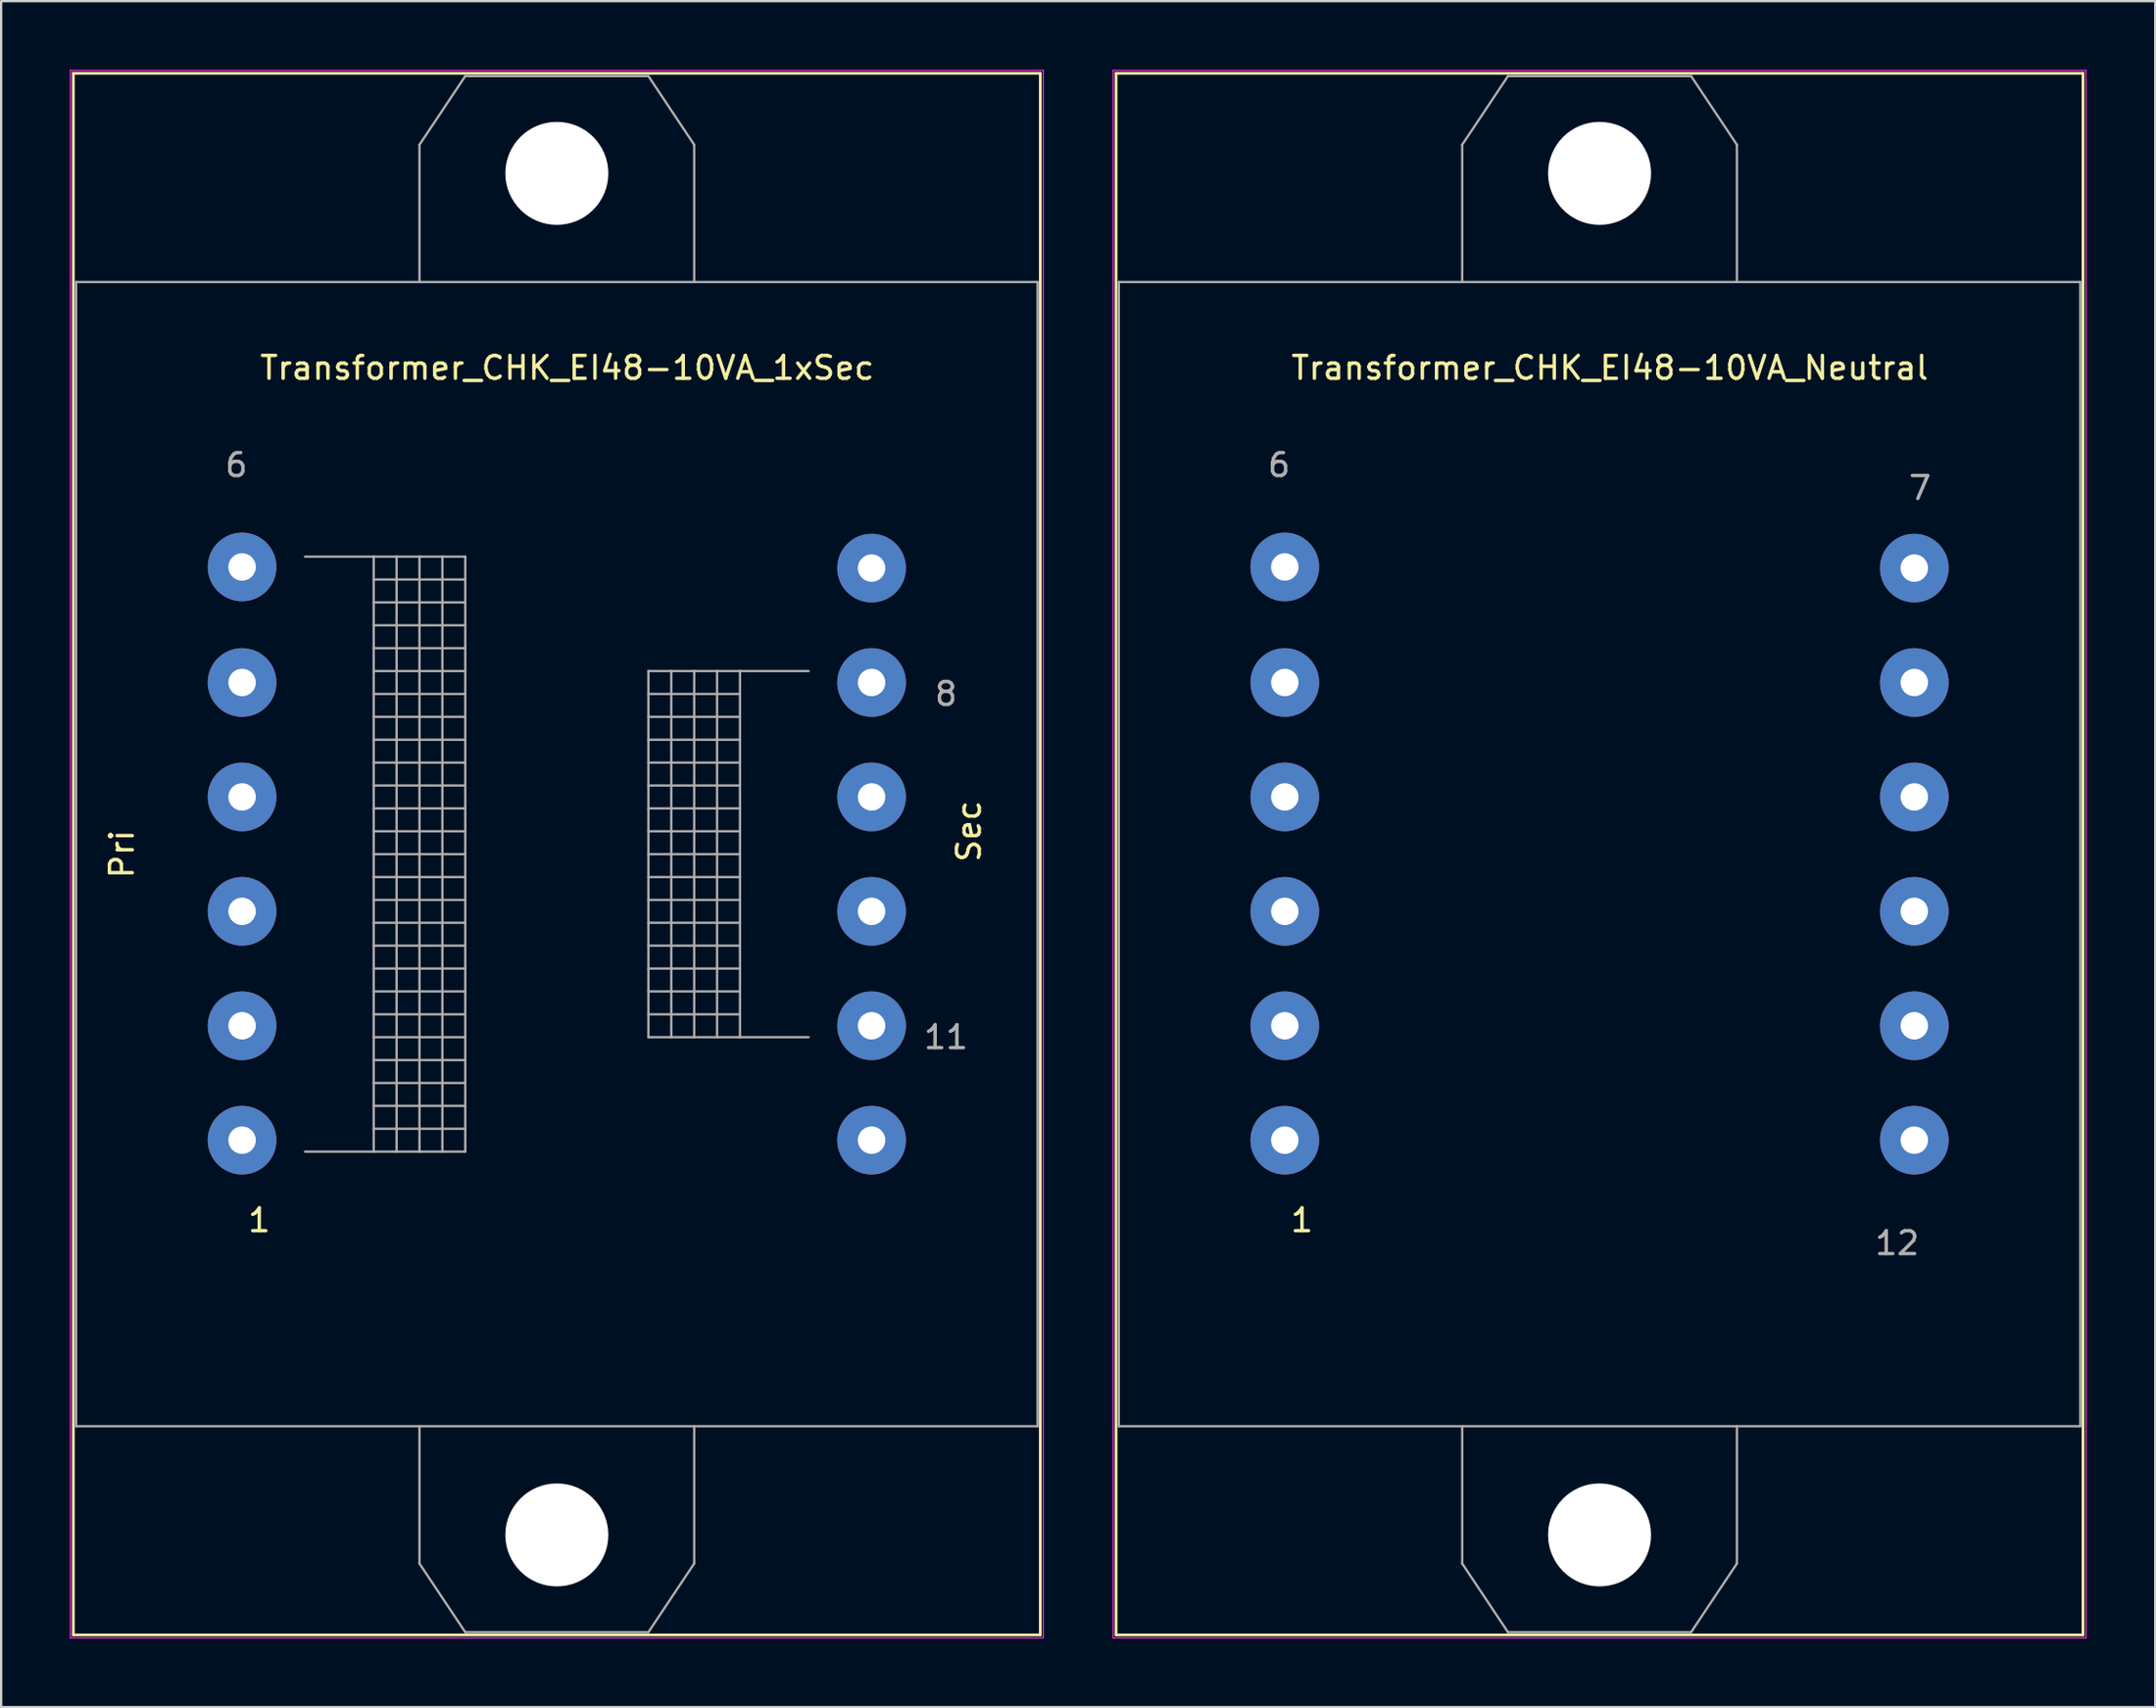
<source format=kicad_pcb>
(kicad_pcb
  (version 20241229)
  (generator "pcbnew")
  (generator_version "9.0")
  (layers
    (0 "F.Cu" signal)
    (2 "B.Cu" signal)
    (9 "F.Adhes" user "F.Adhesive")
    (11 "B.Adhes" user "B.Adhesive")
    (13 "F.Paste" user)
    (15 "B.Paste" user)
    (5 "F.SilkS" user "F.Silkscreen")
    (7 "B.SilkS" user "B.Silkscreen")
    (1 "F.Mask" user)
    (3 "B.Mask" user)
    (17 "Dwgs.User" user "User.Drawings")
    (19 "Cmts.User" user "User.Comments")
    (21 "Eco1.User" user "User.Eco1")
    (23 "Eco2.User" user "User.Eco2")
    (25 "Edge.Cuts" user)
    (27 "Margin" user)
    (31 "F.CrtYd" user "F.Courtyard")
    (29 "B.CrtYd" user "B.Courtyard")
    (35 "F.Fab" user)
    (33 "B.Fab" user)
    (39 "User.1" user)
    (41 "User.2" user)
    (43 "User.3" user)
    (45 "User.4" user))
  (footprint "Transformer_CHK_EI48-10VA_Neutral"
    (layer "F.Cu")
    (at 53.075 46.775)
    (property "Reference" "Transformer_CHK_EI48-10VA_Neutral" (at 14.2 -33.75 0) (layer "F.SilkS") (effects (font (size 1 1) (thickness 0.15))))
    (attr through_hole)
    (fp_line (start -7.37 -46.62) (end -7.37 21.62) (stroke (width 0.12) (type solid)) (layer "F.SilkS"))
    (fp_line (start -7.37 -46.62) (end 34.87 -46.62) (stroke (width 0.12) (type solid)) (layer "F.SilkS"))
    (fp_line (start 34.87 21.62) (end -7.37 21.62) (stroke (width 0.12) (type solid)) (layer "F.SilkS"))
    (fp_line (start 34.87 21.62) (end 34.87 -46.62) (stroke (width 0.12) (type solid)) (layer "F.SilkS"))
    (fp_line (start -7.5 -46.75) (end -7.5 21.75) (stroke (width 0.05) (type solid)) (layer "F.CrtYd"))
    (fp_line (start -7.5 -46.75) (end 35 -46.75) (stroke (width 0.05) (type solid)) (layer "F.CrtYd"))
    (fp_line (start 35 21.75) (end -7.5 21.75) (stroke (width 0.05) (type solid)) (layer "F.CrtYd"))
    (fp_line (start 35 21.75) (end 35 -46.75) (stroke (width 0.05) (type solid)) (layer "F.CrtYd"))
    (fp_line (start -7.25 -37.5) (end -7.25 12.5) (stroke (width 0.1) (type solid)) (layer "F.Fab"))
    (fp_line (start -7.25 12.5) (end 34.75 12.5) (stroke (width 0.1) (type solid)) (layer "F.Fab"))
    (fp_line (start 7.75 -43.5) (end 7.75 -37.5) (stroke (width 0.1) (type solid)) (layer "F.Fab"))
    (fp_line (start 7.75 18.5) (end 7.75 12.5) (stroke (width 0.1) (type solid)) (layer "F.Fab"))
    (fp_line (start 9.75 -46.5) (end 7.75 -43.5) (stroke (width 0.1) (type solid)) (layer "F.Fab"))
    (fp_line (start 9.75 21.5) (end 7.75 18.5) (stroke (width 0.1) (type solid)) (layer "F.Fab"))
    (fp_line (start 17.75 -46.5) (end 9.75 -46.5) (stroke (width 0.1) (type solid)) (layer "F.Fab"))
    (fp_line (start 17.75 21.5) (end 9.75 21.5) (stroke (width 0.1) (type solid)) (layer "F.Fab"))
    (fp_line (start 19.75 -43.5) (end 17.75 -46.5) (stroke (width 0.1) (type solid)) (layer "F.Fab"))
    (fp_line (start 19.75 -37.5) (end 19.75 -43.5) (stroke (width 0.1) (type solid)) (layer "F.Fab"))
    (fp_line (start 19.75 12.5) (end 19.75 18.5) (stroke (width 0.1) (type solid)) (layer "F.Fab"))
    (fp_line (start 19.75 18.5) (end 17.75 21.5) (stroke (width 0.1) (type solid)) (layer "F.Fab"))
    (fp_line (start 34.75 -37.5) (end -7.25 -37.5) (stroke (width 0.1) (type solid)) (layer "F.Fab"))
    (fp_line (start 34.75 12.5) (end 34.75 -37.5) (stroke (width 0.1) (type solid)) (layer "F.Fab"))
    (fp_text user "1" (at 0.75 3.5 0) (layer "F.SilkS") (effects (font (size 1 1) (thickness 0.15))))
    (fp_text user "6" (at -0.25 -29.5 0) (layer "F.Fab") (effects (font (size 1 1) (thickness 0.15))))
    (fp_text user "12" (at 26.75 4.5 0) (layer "F.Fab") (effects (font (size 1 1) (thickness 0.15))))
    (fp_text user "7" (at 27.75 -28.5 0) (layer "F.Fab") (effects (font (size 1 1) (thickness 0.15))))
    (pad "" np_thru_hole circle (at 13.75 -42.25) (size 4.5 4.5) (drill 4.5) (layers "*.Cu" "*.Mask"))
    (pad "" np_thru_hole circle (at 13.75 17.25) (size 4.5 4.5) (drill 4.5) (layers "*.Cu" "*.Mask"))
    (pad "1" thru_hole circle (at 0 0) (size 3 3) (drill 1.2) (layers "*.Cu" "*.Mask"))
    (pad "2" thru_hole circle (at 0 -5) (size 3 3) (drill 1.2) (layers "*.Cu" "*.Mask"))
    (pad "3" thru_hole circle (at 0 -10) (size 3 3) (drill 1.2) (layers "*.Cu" "*.Mask"))
    (pad "4" thru_hole circle (at 0 -15) (size 3 3) (drill 1.2) (layers "*.Cu" "*.Mask"))
    (pad "5" thru_hole circle (at 0 -20) (size 3 3) (drill 1.2) (layers "*.Cu" "*.Mask"))
    (pad "6" thru_hole circle (at 0 -25.05) (size 3 3) (drill 1.2) (layers "*.Cu" "*.Mask"))
    (pad "7" thru_hole circle (at 27.5 -25) (size 3 3) (drill 1.2) (layers "*.Cu" "*.Mask"))
    (pad "8" thru_hole circle (at 27.5 -20) (size 3 3) (drill 1.2) (layers "*.Cu" "*.Mask"))
    (pad "9" thru_hole circle (at 27.5 -15) (size 3 3) (drill 1.2) (layers "*.Cu" "*.Mask"))
    (pad "10" thru_hole circle (at 27.5 -10) (size 3 3) (drill 1.2) (layers "*.Cu" "*.Mask"))
    (pad "11" thru_hole circle (at 27.5 -5) (size 3 3) (drill 1.2) (layers "*.Cu" "*.Mask"))
    (pad "12" thru_hole circle (at 27.5 0) (size 3 3) (drill 1.2) (layers "*.Cu" "*.Mask")))
  (footprint "Transformer_CHK_EI48-10VA_1xSec"
    (layer "F.Cu")
    (at 7.525 46.775)
    (property "Reference" "Transformer_CHK_EI48-10VA_1xSec" (at 14.2 -33.75 0) (layer "F.SilkS") (effects (font (size 1 1) (thickness 0.15))))
    (attr through_hole)
    (fp_line (start -7.37 -46.62) (end -7.37 21.62) (stroke (width 0.12) (type solid)) (layer "F.SilkS"))
    (fp_line (start -7.37 -46.62) (end 34.87 -46.62) (stroke (width 0.12) (type solid)) (layer "F.SilkS"))
    (fp_line (start 34.87 21.62) (end -7.37 21.62) (stroke (width 0.12) (type solid)) (layer "F.SilkS"))
    (fp_line (start 34.87 21.62) (end 34.87 -46.62) (stroke (width 0.12) (type solid)) (layer "F.SilkS"))
    (fp_line (start -7.5 -46.75) (end -7.5 21.75) (stroke (width 0.05) (type solid)) (layer "F.CrtYd"))
    (fp_line (start -7.5 -46.75) (end 35 -46.75) (stroke (width 0.05) (type solid)) (layer "F.CrtYd"))
    (fp_line (start 35 21.75) (end -7.5 21.75) (stroke (width 0.05) (type solid)) (layer "F.CrtYd"))
    (fp_line (start 35 21.75) (end 35 -46.75) (stroke (width 0.05) (type solid)) (layer "F.CrtYd"))
    (fp_line (start -7.25 -37.5) (end -7.25 12.5) (stroke (width 0.1) (type solid)) (layer "F.Fab"))
    (fp_line (start -7.25 12.5) (end 34.75 12.5) (stroke (width 0.1) (type solid)) (layer "F.Fab"))
    (fp_line (start 2.75 0.5) (end 5.75 0.5) (stroke (width 0.1) (type solid)) (layer "F.Fab"))
    (fp_line (start 5.75 -25.5) (end 2.75 -25.5) (stroke (width 0.1) (type solid)) (layer "F.Fab"))
    (fp_line (start 5.75 -25.5) (end 6.75 -25.5) (stroke (width 0.1) (type solid)) (layer "F.Fab"))
    (fp_line (start 5.75 -24.5) (end 9.75 -24.5) (stroke (width 0.1) (type solid)) (layer "F.Fab"))
    (fp_line (start 5.75 -23.5) (end 9.75 -23.5) (stroke (width 0.1) (type solid)) (layer "F.Fab"))
    (fp_line (start 5.75 -22.5) (end 9.75 -22.5) (stroke (width 0.1) (type solid)) (layer "F.Fab"))
    (fp_line (start 5.75 -21.5) (end 9.75 -21.5) (stroke (width 0.1) (type solid)) (layer "F.Fab"))
    (fp_line (start 5.75 -20.5) (end 9.75 -20.5) (stroke (width 0.1) (type solid)) (layer "F.Fab"))
    (fp_line (start 5.75 -19.5) (end 9.75 -19.5) (stroke (width 0.1) (type solid)) (layer "F.Fab"))
    (fp_line (start 5.75 -18.5) (end 9.75 -18.5) (stroke (width 0.1) (type solid)) (layer "F.Fab"))
    (fp_line (start 5.75 -17.5) (end 9.75 -17.5) (stroke (width 0.1) (type solid)) (layer "F.Fab"))
    (fp_line (start 5.75 -16.5) (end 9.75 -16.5) (stroke (width 0.1) (type solid)) (layer "F.Fab"))
    (fp_line (start 5.75 -15.5) (end 9.75 -15.5) (stroke (width 0.1) (type solid)) (layer "F.Fab"))
    (fp_line (start 5.75 -14.5) (end 9.75 -14.5) (stroke (width 0.1) (type solid)) (layer "F.Fab"))
    (fp_line (start 5.75 -13.5) (end 9.75 -13.5) (stroke (width 0.1) (type solid)) (layer "F.Fab"))
    (fp_line (start 5.75 -12.5) (end 9.75 -12.5) (stroke (width 0.1) (type solid)) (layer "F.Fab"))
    (fp_line (start 5.75 -11.5) (end 9.75 -11.5) (stroke (width 0.1) (type solid)) (layer "F.Fab"))
    (fp_line (start 5.75 -10.5) (end 9.75 -10.5) (stroke (width 0.1) (type solid)) (layer "F.Fab"))
    (fp_line (start 5.75 -9.5) (end 9.75 -9.5) (stroke (width 0.1) (type solid)) (layer "F.Fab"))
    (fp_line (start 5.75 -8.5) (end 9.75 -8.5) (stroke (width 0.1) (type solid)) (layer "F.Fab"))
    (fp_line (start 5.75 -7.5) (end 9.75 -7.5) (stroke (width 0.1) (type solid)) (layer "F.Fab"))
    (fp_line (start 5.75 -5.5) (end 9.75 -5.5) (stroke (width 0.1) (type solid)) (layer "F.Fab"))
    (fp_line (start 5.75 -4.5) (end 9.75 -4.5) (stroke (width 0.1) (type solid)) (layer "F.Fab"))
    (fp_line (start 5.75 -3.5) (end 9.75 -3.5) (stroke (width 0.1) (type solid)) (layer "F.Fab"))
    (fp_line (start 5.75 -2.5) (end 9.75 -2.5) (stroke (width 0.1) (type solid)) (layer "F.Fab"))
    (fp_line (start 5.75 -0.5) (end 9.75 -0.5) (stroke (width 0.1) (type solid)) (layer "F.Fab"))
    (fp_line (start 5.75 0.5) (end 5.75 -25.5) (stroke (width 0.1) (type solid)) (layer "F.Fab"))
    (fp_line (start 6.75 -25.5) (end 6.75 0.5) (stroke (width 0.1) (type solid)) (layer "F.Fab"))
    (fp_line (start 6.75 -25.5) (end 7.75 -25.5) (stroke (width 0.1) (type solid)) (layer "F.Fab"))
    (fp_line (start 6.75 -6.5) (end 5.75 -6.5) (stroke (width 0.1) (type solid)) (layer "F.Fab"))
    (fp_line (start 6.75 -6.5) (end 9.75 -6.5) (stroke (width 0.1) (type solid)) (layer "F.Fab"))
    (fp_line (start 6.75 -1.5) (end 5.75 -1.5) (stroke (width 0.1) (type solid)) (layer "F.Fab"))
    (fp_line (start 6.75 -1.5) (end 9.75 -1.5) (stroke (width 0.1) (type solid)) (layer "F.Fab"))
    (fp_line (start 6.75 0.5) (end 5.75 0.5) (stroke (width 0.1) (type solid)) (layer "F.Fab"))
    (fp_line (start 7.75 -43.5) (end 7.75 -37.5) (stroke (width 0.1) (type solid)) (layer "F.Fab"))
    (fp_line (start 7.75 -25.5) (end 7.75 0.5) (stroke (width 0.1) (type solid)) (layer "F.Fab"))
    (fp_line (start 7.75 -25.5) (end 8.75 -25.5) (stroke (width 0.1) (type solid)) (layer "F.Fab"))
    (fp_line (start 7.75 0.5) (end 6.75 0.5) (stroke (width 0.1) (type solid)) (layer "F.Fab"))
    (fp_line (start 7.75 18.5) (end 7.75 12.5) (stroke (width 0.1) (type solid)) (layer "F.Fab"))
    (fp_line (start 8.75 -25.5) (end 8.75 0.5) (stroke (width 0.1) (type solid)) (layer "F.Fab"))
    (fp_line (start 8.75 -25.5) (end 9.75 -25.5) (stroke (width 0.1) (type solid)) (layer "F.Fab"))
    (fp_line (start 8.75 0.5) (end 7.75 0.5) (stroke (width 0.1) (type solid)) (layer "F.Fab"))
    (fp_line (start 9.75 -46.5) (end 7.75 -43.5) (stroke (width 0.1) (type solid)) (layer "F.Fab"))
    (fp_line (start 9.75 -25.5) (end 9.75 0.5) (stroke (width 0.1) (type solid)) (layer "F.Fab"))
    (fp_line (start 9.75 0.5) (end 8.75 0.5) (stroke (width 0.1) (type solid)) (layer "F.Fab"))
    (fp_line (start 9.75 21.5) (end 7.75 18.5) (stroke (width 0.1) (type solid)) (layer "F.Fab"))
    (fp_line (start 17.75 -46.5) (end 9.75 -46.5) (stroke (width 0.1) (type solid)) (layer "F.Fab"))
    (fp_line (start 17.75 -20.5) (end 17.75 -4.5) (stroke (width 0.1) (type solid)) (layer "F.Fab"))
    (fp_line (start 17.75 -19.5) (end 21.75 -19.5) (stroke (width 0.1) (type solid)) (layer "F.Fab"))
    (fp_line (start 17.75 -18.5) (end 21.75 -18.5) (stroke (width 0.1) (type solid)) (layer "F.Fab"))
    (fp_line (start 17.75 -17.5) (end 21.75 -17.5) (stroke (width 0.1) (type solid)) (layer "F.Fab"))
    (fp_line (start 17.75 -16.5) (end 21.75 -16.5) (stroke (width 0.1) (type solid)) (layer "F.Fab"))
    (fp_line (start 17.75 -15.5) (end 21.75 -15.5) (stroke (width 0.1) (type solid)) (layer "F.Fab"))
    (fp_line (start 17.75 -13.5) (end 21.75 -13.5) (stroke (width 0.1) (type solid)) (layer "F.Fab"))
    (fp_line (start 17.75 -12.5) (end 21.75 -12.5) (stroke (width 0.1) (type solid)) (layer "F.Fab"))
    (fp_line (start 17.75 -11.5) (end 21.75 -11.5) (stroke (width 0.1) (type solid)) (layer "F.Fab"))
    (fp_line (start 17.75 -10.5) (end 21.75 -10.5) (stroke (width 0.1) (type solid)) (layer "F.Fab"))
    (fp_line (start 17.75 -9.5) (end 21.75 -9.5) (stroke (width 0.1) (type solid)) (layer "F.Fab"))
    (fp_line (start 17.75 -8.5) (end 21.75 -8.5) (stroke (width 0.1) (type solid)) (layer "F.Fab"))
    (fp_line (start 17.75 -7.5) (end 21.75 -7.5) (stroke (width 0.1) (type solid)) (layer "F.Fab"))
    (fp_line (start 17.75 -6.5) (end 21.75 -6.5) (stroke (width 0.1) (type solid)) (layer "F.Fab"))
    (fp_line (start 17.75 -5.5) (end 21.75 -5.5) (stroke (width 0.1) (type solid)) (layer "F.Fab"))
    (fp_line (start 17.75 -4.5) (end 18.75 -4.5) (stroke (width 0.1) (type solid)) (layer "F.Fab"))
    (fp_line (start 17.75 21.5) (end 9.75 21.5) (stroke (width 0.1) (type solid)) (layer "F.Fab"))
    (fp_line (start 18.75 -20.5) (end 17.75 -20.5) (stroke (width 0.1) (type solid)) (layer "F.Fab"))
    (fp_line (start 18.75 -20.5) (end 18.75 -4.5) (stroke (width 0.1) (type solid)) (layer "F.Fab"))
    (fp_line (start 18.75 -14.5) (end 17.75 -14.5) (stroke (width 0.1) (type solid)) (layer "F.Fab"))
    (fp_line (start 18.75 -14.5) (end 21.75 -14.5) (stroke (width 0.1) (type solid)) (layer "F.Fab"))
    (fp_line (start 18.75 -4.5) (end 19.75 -4.5) (stroke (width 0.1) (type solid)) (layer "F.Fab"))
    (fp_line (start 19.75 -43.5) (end 17.75 -46.5) (stroke (width 0.1) (type solid)) (layer "F.Fab"))
    (fp_line (start 19.75 -37.5) (end 19.75 -43.5) (stroke (width 0.1) (type solid)) (layer "F.Fab"))
    (fp_line (start 19.75 -20.5) (end 18.75 -20.5) (stroke (width 0.1) (type solid)) (layer "F.Fab"))
    (fp_line (start 19.75 -20.5) (end 19.75 -4.5) (stroke (width 0.1) (type solid)) (layer "F.Fab"))
    (fp_line (start 19.75 12.5) (end 19.75 18.5) (stroke (width 0.1) (type solid)) (layer "F.Fab"))
    (fp_line (start 19.75 18.5) (end 17.75 21.5) (stroke (width 0.1) (type solid)) (layer "F.Fab"))
    (fp_line (start 20.75 -20.5) (end 19.75 -20.5) (stroke (width 0.1) (type solid)) (layer "F.Fab"))
    (fp_line (start 20.75 -20.5) (end 20.75 -4.5) (stroke (width 0.1) (type solid)) (layer "F.Fab"))
    (fp_line (start 20.75 -4.5) (end 19.75 -4.5) (stroke (width 0.1) (type solid)) (layer "F.Fab"))
    (fp_line (start 20.75 -4.5) (end 21.75 -4.5) (stroke (width 0.1) (type solid)) (layer "F.Fab"))
    (fp_line (start 21.75 -20.5) (end 20.75 -20.5) (stroke (width 0.1) (type solid)) (layer "F.Fab"))
    (fp_line (start 21.75 -20.5) (end 21.75 -4.5) (stroke (width 0.1) (type solid)) (layer "F.Fab"))
    (fp_line (start 21.75 -4.5) (end 24.75 -4.5) (stroke (width 0.1) (type solid)) (layer "F.Fab"))
    (fp_line (start 24.75 -20.5) (end 21.75 -20.5) (stroke (width 0.1) (type solid)) (layer "F.Fab"))
    (fp_line (start 34.75 -37.5) (end -7.25 -37.5) (stroke (width 0.1) (type solid)) (layer "F.Fab"))
    (fp_line (start 34.75 12.5) (end 34.75 -37.5) (stroke (width 0.1) (type solid)) (layer "F.Fab"))
    (fp_text user "1" (at 0.75 3.5 0) (layer "F.SilkS") (effects (font (size 1 1) (thickness 0.15))))
    (fp_text user "Pri" (at -5.25 -12.5 90) (layer "F.SilkS") (effects (font (size 1 1) (thickness 0.15))))
    (fp_text user "Sec" (at 31.75 -13.5 90) (layer "F.SilkS") (effects (font (size 1 1) (thickness 0.15))))
    (fp_text user "11" (at 30.75 -4.5 0) (layer "F.Fab") (effects (font (size 1 1) (thickness 0.15))))
    (fp_text user "6" (at -0.25 -29.5 0) (layer "F.Fab") (effects (font (size 1 1) (thickness 0.15))))
    (fp_text user "8" (at 30.75 -19.5 0) (layer "F.Fab") (effects (font (size 1 1) (thickness 0.15))))
    (pad "" np_thru_hole circle (at 13.75 -42.25) (size 4.5 4.5) (drill 4.5) (layers "*.Cu" "*.Mask"))
    (pad "" np_thru_hole circle (at 13.75 17.25) (size 4.5 4.5) (drill 4.5) (layers "*.Cu" "*.Mask"))
    (pad "1" thru_hole circle (at 0 0) (size 3 3) (drill 1.2) (layers "*.Cu" "*.Mask"))
    (pad "2" thru_hole circle (at 0 -5) (size 3 3) (drill 1.2) (layers "*.Cu" "*.Mask"))
    (pad "3" thru_hole circle (at 0 -10) (size 3 3) (drill 1.2) (layers "*.Cu" "*.Mask"))
    (pad "4" thru_hole circle (at 0 -15) (size 3 3) (drill 1.2) (layers "*.Cu" "*.Mask"))
    (pad "5" thru_hole circle (at 0 -20) (size 3 3) (drill 1.2) (layers "*.Cu" "*.Mask"))
    (pad "6" thru_hole circle (at 0 -25.05) (size 3 3) (drill 1.2) (layers "*.Cu" "*.Mask"))
    (pad "7" thru_hole circle (at 27.5 -25) (size 3 3) (drill 1.2) (layers "*.Cu" "*.Mask"))
    (pad "8" thru_hole circle (at 27.5 -20) (size 3 3) (drill 1.2) (layers "*.Cu" "*.Mask"))
    (pad "9" thru_hole circle (at 27.5 -15) (size 3 3) (drill 1.2) (layers "*.Cu" "*.Mask"))
    (pad "10" thru_hole circle (at 27.5 -10) (size 3 3) (drill 1.2) (layers "*.Cu" "*.Mask"))
    (pad "11" thru_hole circle (at 27.5 -5) (size 3 3) (drill 1.2) (layers "*.Cu" "*.Mask"))
    (pad "12" thru_hole circle (at 27.5 0) (size 3 3) (drill 1.2) (layers "*.Cu" "*.Mask")))
  (gr_rect
    (start -3 -3)
    (end 91.1 71.55)
    (stroke (width 0.1) (type default))
    (fill no)
    (layer "Edge.Cuts")))
</source>
